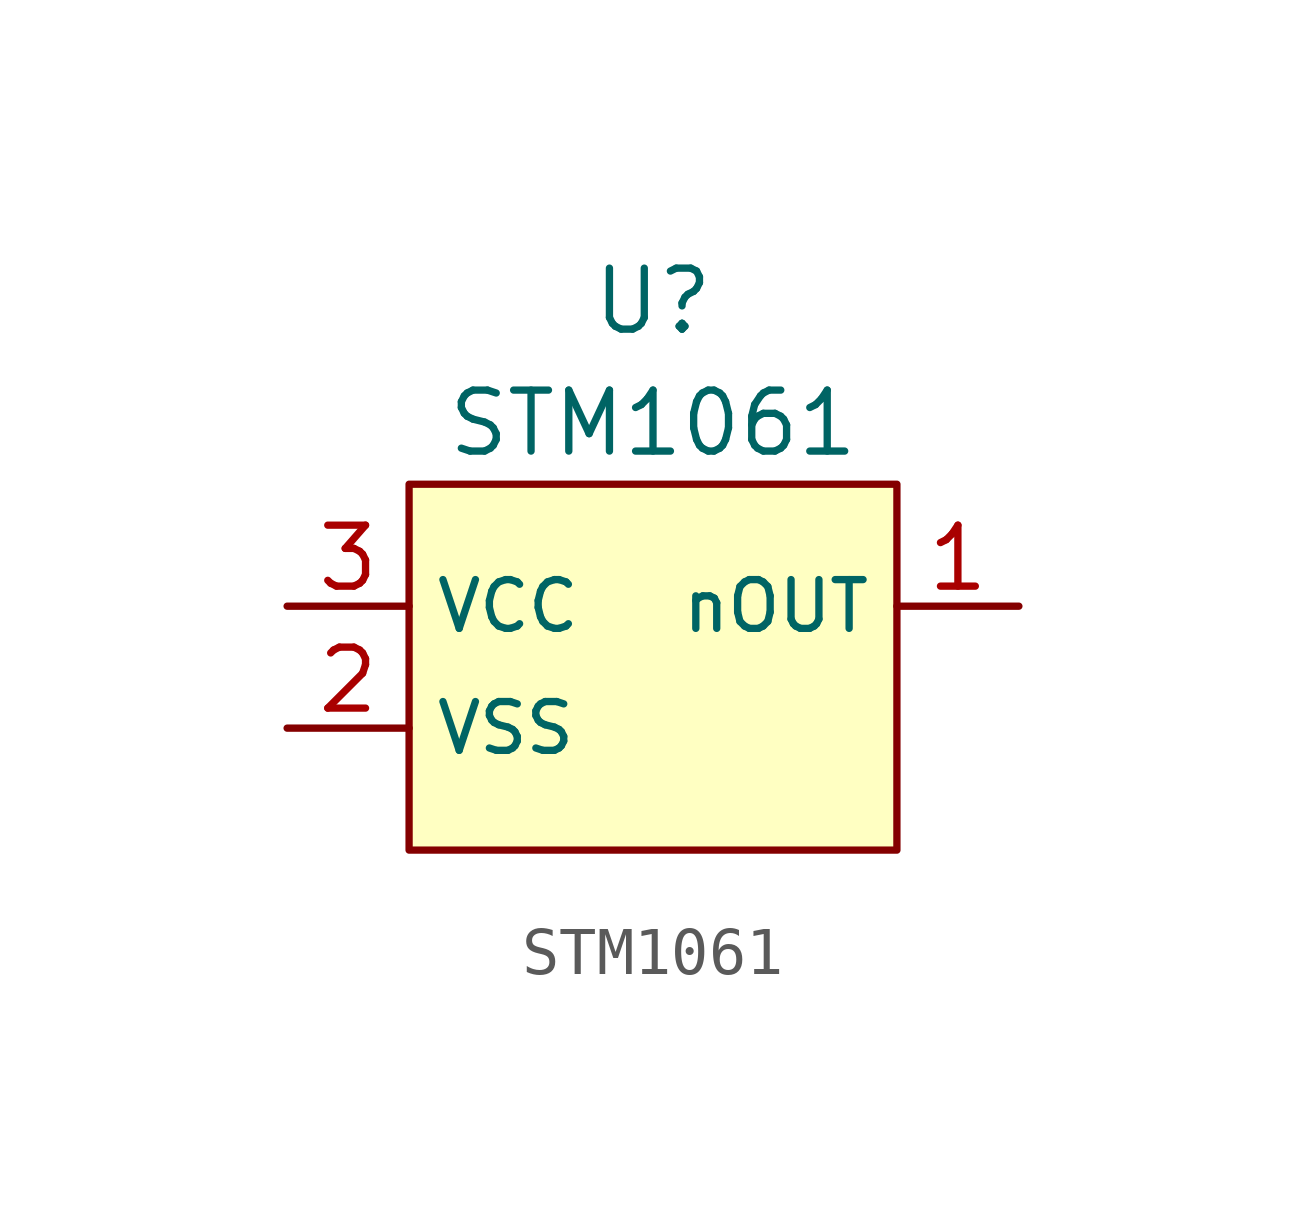
<source format=kicad_sym>
(kicad_symbol_lib
  (version 20201005)
  (generator kicad_symbol_editor)
  (symbol "CustomSymbols:STM1061"
    (property "Reference" "U"
      (at 0 7.62 0)
      (effects (font (size 1.27 1.27))))
    (property "Value" "STM1061"
      (at 0 5.08 0)
      (effects (font (size 1.27 1.27))))
    (symbol "STM1061_0_0"
      (pin passive line (at 7.62 1.27 180) (length 2.54) (name "nOUT" (effects (font (size 1.016 1.016)))) (number "1" (effects (font (size 1.27 1.27)))))
      (pin passive line (at -7.62 -1.27 0) (length 2.54) (name "VSS" (effects (font (size 1.016 1.016)))) (number "2" (effects (font (size 1.27 1.27)))))
      (pin passive line (at -7.62 1.27 0) (length 2.54) (name "VCC" (effects (font (size 1.016 1.016)))) (number "3" (effects (font (size 1.27 1.27))))))
    (symbol "STM1061_0_1"
      (rectangle (start -5.08 3.81) (end 5.08 -3.81) (stroke (width 0.152)) (fill (type background))))))
</source>
